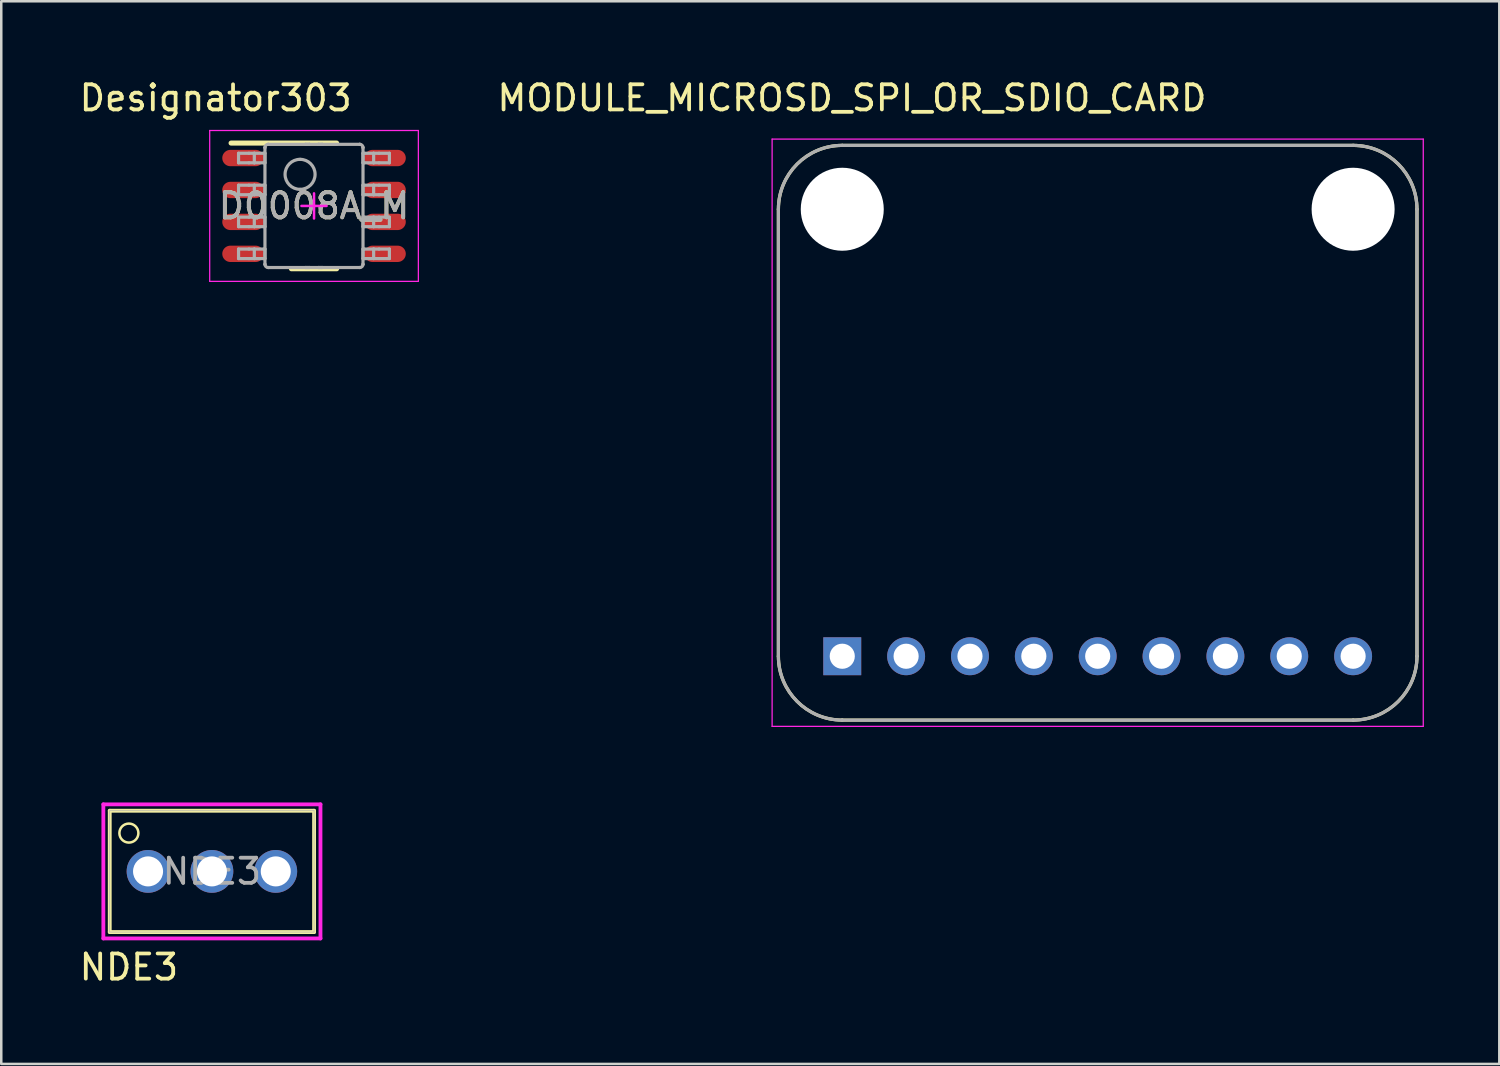
<source format=kicad_pcb>
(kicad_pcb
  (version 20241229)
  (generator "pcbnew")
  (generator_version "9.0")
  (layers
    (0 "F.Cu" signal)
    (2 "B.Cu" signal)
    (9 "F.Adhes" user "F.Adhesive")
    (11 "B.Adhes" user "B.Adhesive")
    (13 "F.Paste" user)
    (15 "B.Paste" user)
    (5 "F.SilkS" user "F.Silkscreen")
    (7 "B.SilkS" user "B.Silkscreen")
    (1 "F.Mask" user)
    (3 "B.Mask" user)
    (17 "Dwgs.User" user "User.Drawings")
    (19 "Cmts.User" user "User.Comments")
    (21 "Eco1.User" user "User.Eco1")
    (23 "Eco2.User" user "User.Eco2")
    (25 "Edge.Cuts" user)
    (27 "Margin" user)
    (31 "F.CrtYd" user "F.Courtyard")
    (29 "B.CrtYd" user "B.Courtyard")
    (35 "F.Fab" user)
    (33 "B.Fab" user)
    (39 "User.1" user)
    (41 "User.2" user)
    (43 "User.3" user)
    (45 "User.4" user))
  (footprint "D0008A_M"
    (layer "F.Cu")
    (at 9.441 5.141)
    (property "Reference" "D0008A_M" (at 0 0 0) (unlocked yes) (layer "F.SilkS") (effects (font (size 1 1) (thickness 0.15))))
    (attr smd)
    (fp_line (start -3.3 -2.5) (end 0.9 -2.5) (stroke (width 0.2) (type solid)) (layer "F.SilkS"))
    (fp_line (start -0.9 2.5) (end 0.9 2.5) (stroke (width 0.2) (type solid)) (layer "F.SilkS"))
    (fp_line (start -4.15 -3) (end 4.15 -3) (stroke (width 0.05) (type solid)) (layer "F.CrtYd"))
    (fp_line (start -4.15 3) (end -4.15 -3) (stroke (width 0.05) (type solid)) (layer "F.CrtYd"))
    (fp_line (start -4.15 3) (end 4.15 3) (stroke (width 0.05) (type solid)) (layer "F.CrtYd"))
    (fp_line (start -0.5 0) (end 0.5 0) (stroke (width 0.1) (type solid)) (layer "F.CrtYd"))
    (fp_line (start 0 0.5) (end 0 -0.5) (stroke (width 0.1) (type solid)) (layer "F.CrtYd"))
    (fp_line (start 4.15 3) (end 4.15 -3) (stroke (width 0.05) (type solid)) (layer "F.CrtYd"))
    (fp_line (start -3.002 -2.095) (end -2.589 -2.095) (stroke (width 0.127) (type solid)) (layer "F.Fab"))
    (fp_line (start -3.002 -1.715) (end -3.002 -2.095) (stroke (width 0.127) (type solid)) (layer "F.Fab"))
    (fp_line (start -3.002 -1.715) (end -2.589 -1.715) (stroke (width 0.127) (type solid)) (layer "F.Fab"))
    (fp_line (start -3.002 -0.825) (end -2.589 -0.825) (stroke (width 0.127) (type solid)) (layer "F.Fab"))
    (fp_line (start -3.002 -0.445) (end -3.002 -0.825) (stroke (width 0.127) (type solid)) (layer "F.Fab"))
    (fp_line (start -3.002 -0.445) (end -2.589 -0.445) (stroke (width 0.127) (type solid)) (layer "F.Fab"))
    (fp_line (start -3.002 0.445) (end -2.589 0.445) (stroke (width 0.127) (type solid)) (layer "F.Fab"))
    (fp_line (start -3.002 0.825) (end -3.002 0.445) (stroke (width 0.127) (type solid)) (layer "F.Fab"))
    (fp_line (start -3.002 0.825) (end -2.589 0.825) (stroke (width 0.127) (type solid)) (layer "F.Fab"))
    (fp_line (start -3.002 1.715) (end -2.589 1.715) (stroke (width 0.127) (type solid)) (layer "F.Fab"))
    (fp_line (start -3.002 2.095) (end -3.002 1.715) (stroke (width 0.127) (type solid)) (layer "F.Fab"))
    (fp_line (start -3.002 2.095) (end -2.589 2.095) (stroke (width 0.127) (type solid)) (layer "F.Fab"))
    (fp_line (start -2.589 -2.095) (end -2.375 -2.095) (stroke (width 0.127) (type solid)) (layer "F.Fab"))
    (fp_line (start -2.589 -1.715) (end -2.375 -1.715) (stroke (width 0.127) (type solid)) (layer "F.Fab"))
    (fp_line (start -2.589 -0.825) (end -2.375 -0.825) (stroke (width 0.127) (type solid)) (layer "F.Fab"))
    (fp_line (start -2.589 -0.445) (end -2.375 -0.445) (stroke (width 0.127) (type solid)) (layer "F.Fab"))
    (fp_line (start -2.589 0.445) (end -2.375 0.445) (stroke (width 0.127) (type solid)) (layer "F.Fab"))
    (fp_line (start -2.589 0.825) (end -2.375 0.825) (stroke (width 0.127) (type solid)) (layer "F.Fab"))
    (fp_line (start -2.589 1.715) (end -2.375 1.715) (stroke (width 0.127) (type solid)) (layer "F.Fab"))
    (fp_line (start -2.589 2.095) (end -2.375 2.095) (stroke (width 0.127) (type solid)) (layer "F.Fab"))
    (fp_line (start -2.375 -2.095) (end -1.995 -2.095) (stroke (width 0.127) (type solid)) (layer "F.Fab"))
    (fp_line (start -2.375 -1.715) (end -2.375 -2.095) (stroke (width 0.127) (type solid)) (layer "F.Fab"))
    (fp_line (start -2.375 -1.715) (end -1.995 -1.715) (stroke (width 0.127) (type solid)) (layer "F.Fab"))
    (fp_line (start -2.375 -0.825) (end -1.995 -0.825) (stroke (width 0.127) (type solid)) (layer "F.Fab"))
    (fp_line (start -2.375 -0.445) (end -2.375 -0.825) (stroke (width 0.127) (type solid)) (layer "F.Fab"))
    (fp_line (start -2.375 -0.445) (end -1.995 -0.445) (stroke (width 0.127) (type solid)) (layer "F.Fab"))
    (fp_line (start -2.375 0.445) (end -1.995 0.445) (stroke (width 0.127) (type solid)) (layer "F.Fab"))
    (fp_line (start -2.375 0.825) (end -2.375 0.445) (stroke (width 0.127) (type solid)) (layer "F.Fab"))
    (fp_line (start -2.375 0.825) (end -1.995 0.825) (stroke (width 0.127) (type solid)) (layer "F.Fab"))
    (fp_line (start -2.375 1.715) (end -1.995 1.715) (stroke (width 0.127) (type solid)) (layer "F.Fab"))
    (fp_line (start -2.375 2.095) (end -2.375 1.715) (stroke (width 0.127) (type solid)) (layer "F.Fab"))
    (fp_line (start -2.375 2.095) (end -1.995 2.095) (stroke (width 0.127) (type solid)) (layer "F.Fab"))
    (fp_line (start -1.995 -2.095) (end -1.952 -2.095) (stroke (width 0.127) (type solid)) (layer "F.Fab"))
    (fp_line (start -1.995 -1.715) (end -1.952 -1.715) (stroke (width 0.127) (type solid)) (layer "F.Fab"))
    (fp_line (start -1.995 -0.825) (end -1.952 -0.825) (stroke (width 0.127) (type solid)) (layer "F.Fab"))
    (fp_line (start -1.995 -0.445) (end -1.952 -0.445) (stroke (width 0.127) (type solid)) (layer "F.Fab"))
    (fp_line (start -1.995 0.445) (end -1.952 0.445) (stroke (width 0.127) (type solid)) (layer "F.Fab"))
    (fp_line (start -1.995 0.825) (end -1.952 0.825) (stroke (width 0.127) (type solid)) (layer "F.Fab"))
    (fp_line (start -1.995 1.715) (end -1.952 1.715) (stroke (width 0.127) (type solid)) (layer "F.Fab"))
    (fp_line (start -1.995 2.095) (end -1.952 2.095) (stroke (width 0.127) (type solid)) (layer "F.Fab"))
    (fp_line (start -1.952 -2.323) (end -1.952 -2.324) (stroke (width 0.127) (type solid)) (layer "F.Fab"))
    (fp_line (start -1.952 -1.715) (end -1.952 -2.095) (stroke (width 0.127) (type solid)) (layer "F.Fab"))
    (fp_line (start -1.952 -0.445) (end -1.952 -0.825) (stroke (width 0.127) (type solid)) (layer "F.Fab"))
    (fp_line (start -1.952 0.825) (end -1.952 0.445) (stroke (width 0.127) (type solid)) (layer "F.Fab"))
    (fp_line (start -1.952 2.095) (end -1.952 1.715) (stroke (width 0.127) (type solid)) (layer "F.Fab"))
    (fp_line (start -1.952 2.323) (end -1.952 -2.323) (stroke (width 0.127) (type solid)) (layer "F.Fab"))
    (fp_line (start -1.952 2.324) (end -1.952 2.323) (stroke (width 0.127) (type solid)) (layer "F.Fab"))
    (fp_line (start -1.826 -2.45) (end -1.825 -2.45) (stroke (width 0.127) (type solid)) (layer "F.Fab"))
    (fp_line (start -1.826 2.45) (end -1.825 2.45) (stroke (width 0.127) (type solid)) (layer "F.Fab"))
    (fp_line (start -1.825 -2.45) (end -0.332 -2.45) (stroke (width 0.127) (type solid)) (layer "F.Fab"))
    (fp_line (start -1.825 2.45) (end -0.332 2.45) (stroke (width 0.127) (type solid)) (layer "F.Fab"))
    (fp_line (start -0.332 -2.45) (end -0.182 -2.45) (stroke (width 0.127) (type solid)) (layer "F.Fab"))
    (fp_line (start -0.332 -2.45) (end -0.182 -2.45) (stroke (width 0.127) (type solid)) (layer "F.Fab"))
    (fp_line (start -0.332 2.45) (end -0.182 2.45) (stroke (width 0.127) (type solid)) (layer "F.Fab"))
    (fp_line (start -0.332 2.45) (end -0.182 2.45) (stroke (width 0.127) (type solid)) (layer "F.Fab"))
    (fp_line (start -0.182 -2.45) (end 0.178 -2.45) (stroke (width 0.127) (type solid)) (layer "F.Fab"))
    (fp_line (start -0.182 2.45) (end 0.178 2.45) (stroke (width 0.127) (type solid)) (layer "F.Fab"))
    (fp_line (start 0.178 -2.45) (end 0.328 -2.45) (stroke (width 0.127) (type solid)) (layer "F.Fab"))
    (fp_line (start 0.178 -2.45) (end 0.328 -2.45) (stroke (width 0.127) (type solid)) (layer "F.Fab"))
    (fp_line (start 0.178 2.45) (end 0.328 2.45) (stroke (width 0.127) (type solid)) (layer "F.Fab"))
    (fp_line (start 0.178 2.45) (end 0.328 2.45) (stroke (width 0.127) (type solid)) (layer "F.Fab"))
    (fp_line (start 0.328 -2.45) (end 1.821 -2.45) (stroke (width 0.127) (type solid)) (layer "F.Fab"))
    (fp_line (start 0.328 2.45) (end 1.821 2.45) (stroke (width 0.127) (type solid)) (layer "F.Fab"))
    (fp_line (start 1.821 -2.45) (end 1.822 -2.45) (stroke (width 0.127) (type solid)) (layer "F.Fab"))
    (fp_line (start 1.821 2.45) (end 1.822 2.45) (stroke (width 0.127) (type solid)) (layer "F.Fab"))
    (fp_line (start 1.948 -2.323) (end 1.948 -2.324) (stroke (width 0.127) (type solid)) (layer "F.Fab"))
    (fp_line (start 1.948 -2.095) (end 1.991 -2.095) (stroke (width 0.127) (type solid)) (layer "F.Fab"))
    (fp_line (start 1.948 -1.715) (end 1.948 -2.095) (stroke (width 0.127) (type solid)) (layer "F.Fab"))
    (fp_line (start 1.948 -1.715) (end 1.991 -1.715) (stroke (width 0.127) (type solid)) (layer "F.Fab"))
    (fp_line (start 1.948 -0.825) (end 1.991 -0.825) (stroke (width 0.127) (type solid)) (layer "F.Fab"))
    (fp_line (start 1.948 -0.445) (end 1.948 -0.825) (stroke (width 0.127) (type solid)) (layer "F.Fab"))
    (fp_line (start 1.948 -0.445) (end 1.991 -0.445) (stroke (width 0.127) (type solid)) (layer "F.Fab"))
    (fp_line (start 1.948 0.445) (end 1.991 0.445) (stroke (width 0.127) (type solid)) (layer "F.Fab"))
    (fp_line (start 1.948 0.825) (end 1.948 0.445) (stroke (width 0.127) (type solid)) (layer "F.Fab"))
    (fp_line (start 1.948 0.825) (end 1.991 0.825) (stroke (width 0.127) (type solid)) (layer "F.Fab"))
    (fp_line (start 1.948 1.715) (end 1.991 1.715) (stroke (width 0.127) (type solid)) (layer "F.Fab"))
    (fp_line (start 1.948 2.095) (end 1.948 1.715) (stroke (width 0.127) (type solid)) (layer "F.Fab"))
    (fp_line (start 1.948 2.095) (end 1.991 2.095) (stroke (width 0.127) (type solid)) (layer "F.Fab"))
    (fp_line (start 1.948 2.323) (end 1.948 -2.323) (stroke (width 0.127) (type solid)) (layer "F.Fab"))
    (fp_line (start 1.948 2.324) (end 1.948 2.323) (stroke (width 0.127) (type solid)) (layer "F.Fab"))
    (fp_line (start 1.991 -2.095) (end 2.371 -2.095) (stroke (width 0.127) (type solid)) (layer "F.Fab"))
    (fp_line (start 1.991 -1.715) (end 2.371 -1.715) (stroke (width 0.127) (type solid)) (layer "F.Fab"))
    (fp_line (start 1.991 -0.825) (end 2.371 -0.825) (stroke (width 0.127) (type solid)) (layer "F.Fab"))
    (fp_line (start 1.991 -0.445) (end 2.371 -0.445) (stroke (width 0.127) (type solid)) (layer "F.Fab"))
    (fp_line (start 1.991 0.445) (end 2.371 0.445) (stroke (width 0.127) (type solid)) (layer "F.Fab"))
    (fp_line (start 1.991 0.825) (end 2.371 0.825) (stroke (width 0.127) (type solid)) (layer "F.Fab"))
    (fp_line (start 1.991 1.715) (end 2.371 1.715) (stroke (width 0.127) (type solid)) (layer "F.Fab"))
    (fp_line (start 1.991 2.095) (end 2.371 2.095) (stroke (width 0.127) (type solid)) (layer "F.Fab"))
    (fp_line (start 2.371 -2.095) (end 2.585 -2.095) (stroke (width 0.127) (type solid)) (layer "F.Fab"))
    (fp_line (start 2.371 -1.715) (end 2.371 -2.095) (stroke (width 0.127) (type solid)) (layer "F.Fab"))
    (fp_line (start 2.371 -1.715) (end 2.585 -1.715) (stroke (width 0.127) (type solid)) (layer "F.Fab"))
    (fp_line (start 2.371 -0.825) (end 2.585 -0.825) (stroke (width 0.127) (type solid)) (layer "F.Fab"))
    (fp_line (start 2.371 -0.445) (end 2.371 -0.825) (stroke (width 0.127) (type solid)) (layer "F.Fab"))
    (fp_line (start 2.371 -0.445) (end 2.585 -0.445) (stroke (width 0.127) (type solid)) (layer "F.Fab"))
    (fp_line (start 2.371 0.445) (end 2.585 0.445) (stroke (width 0.127) (type solid)) (layer "F.Fab"))
    (fp_line (start 2.371 0.825) (end 2.371 0.445) (stroke (width 0.127) (type solid)) (layer "F.Fab"))
    (fp_line (start 2.371 0.825) (end 2.585 0.825) (stroke (width 0.127) (type solid)) (layer "F.Fab"))
    (fp_line (start 2.371 1.715) (end 2.585 1.715) (stroke (width 0.127) (type solid)) (layer "F.Fab"))
    (fp_line (start 2.371 2.095) (end 2.371 1.715) (stroke (width 0.127) (type solid)) (layer "F.Fab"))
    (fp_line (start 2.371 2.095) (end 2.585 2.095) (stroke (width 0.127) (type solid)) (layer "F.Fab"))
    (fp_line (start 2.585 -2.095) (end 2.998 -2.095) (stroke (width 0.127) (type solid)) (layer "F.Fab"))
    (fp_line (start 2.585 -1.715) (end 2.998 -1.715) (stroke (width 0.127) (type solid)) (layer "F.Fab"))
    (fp_line (start 2.585 -0.825) (end 2.998 -0.825) (stroke (width 0.127) (type solid)) (layer "F.Fab"))
    (fp_line (start 2.585 -0.445) (end 2.998 -0.445) (stroke (width 0.127) (type solid)) (layer "F.Fab"))
    (fp_line (start 2.585 0.445) (end 2.998 0.445) (stroke (width 0.127) (type solid)) (layer "F.Fab"))
    (fp_line (start 2.585 0.825) (end 2.998 0.825) (stroke (width 0.127) (type solid)) (layer "F.Fab"))
    (fp_line (start 2.585 1.715) (end 2.998 1.715) (stroke (width 0.127) (type solid)) (layer "F.Fab"))
    (fp_line (start 2.585 2.095) (end 2.998 2.095) (stroke (width 0.127) (type solid)) (layer "F.Fab"))
    (fp_line (start 2.998 -1.715) (end 2.998 -2.095) (stroke (width 0.127) (type solid)) (layer "F.Fab"))
    (fp_line (start 2.998 -0.445) (end 2.998 -0.825) (stroke (width 0.127) (type solid)) (layer "F.Fab"))
    (fp_line (start 2.998 0.825) (end 2.998 0.445) (stroke (width 0.127) (type solid)) (layer "F.Fab"))
    (fp_line (start 2.998 2.095) (end 2.998 1.715) (stroke (width 0.127) (type solid)) (layer "F.Fab"))
    (fp_arc (start -1.952002 -2.323941) (mid -1.914806 -2.412806) (end -1.825941 -2.450002) (stroke (width 0.127) (type solid)) (layer "F.Fab"))
    (fp_arc (start -1.825941 2.449992) (mid -1.914806 2.412795) (end -1.952002 2.323931) (stroke (width 0.127) (type solid)) (layer "F.Fab"))
    (fp_arc (start -0.555 -1.8531) (mid 0.0419 -1.2562) (end -0.555 -0.6593) (stroke (width 0.127) (type solid)) (layer "F.Fab"))
    (fp_arc (start -0.555 -0.6593) (mid -1.1519 -1.2562) (end -0.555 -1.8531) (stroke (width 0.127) (type solid)) (layer "F.Fab"))
    (fp_arc (start 1.821933 -2.450002) (mid 1.910797 -2.412806) (end 1.947994 -2.323941) (stroke (width 0.127) (type solid)) (layer "F.Fab"))
    (fp_arc (start 1.947994 2.323931) (mid 1.910797 2.412795) (end 1.821933 2.449992) (stroke (width 0.127) (type solid)) (layer "F.Fab"))
    (fp_text user "Designator303" (at -3.912 -4.293 0) (unlocked yes) (layer "F.SilkS") (effects (font (size 1 1) (thickness 0.15))))
    (fp_text user "${REFERENCE}" (at 0 0 0) (unlocked yes) (layer "F.Fab") (effects (font (size 1 1) (thickness 0.15))))
    (pad "1" smd oval (at -2.825 -1.905 90) (size 0.65 1.65) (layers "F.Cu" "F.Mask" "F.Paste"))
    (pad "2" smd oval (at -2.825 -0.635 90) (size 0.65 1.65) (layers "F.Cu" "F.Mask" "F.Paste"))
    (pad "3" smd oval (at -2.825 0.635 90) (size 0.65 1.65) (layers "F.Cu" "F.Mask" "F.Paste"))
    (pad "4" smd oval (at -2.825 1.905 90) (size 0.65 1.65) (layers "F.Cu" "F.Mask" "F.Paste"))
    (pad "5" smd oval (at 2.825 1.905 90) (size 0.65 1.65) (layers "F.Cu" "F.Mask" "F.Paste"))
    (pad "6" smd oval (at 2.825 0.635 90) (size 0.65 1.65) (layers "F.Cu" "F.Mask" "F.Paste"))
    (pad "7" smd oval (at 2.825 -0.635 90) (size 0.65 1.65) (layers "F.Cu" "F.Mask" "F.Paste"))
    (pad "8" smd oval (at 2.825 -1.905 90) (size 0.65 1.65) (layers "F.Cu" "F.Mask" "F.Paste")))
  (footprint "NDE3"
    (layer "F.Cu")
    (at 7.919 31.611)
    (property "Reference" "NDE3" (at -5.842 3.81 0) (unlocked yes) (layer "F.SilkS") (effects (font (size 1 1) (thickness 0.15))))
    (attr through_hole)
    (fp_line (start -6.604 -2.413) (end -6.604 2.413) (stroke (width 0.152) (type solid)) (layer "F.SilkS"))
    (fp_line (start -6.604 2.413) (end 1.524 2.413) (stroke (width 0.152) (type solid)) (layer "F.SilkS"))
    (fp_line (start 1.524 -2.413) (end -6.604 -2.413) (stroke (width 0.152) (type solid)) (layer "F.SilkS"))
    (fp_line (start 1.524 2.413) (end 1.524 -2.413) (stroke (width 0.152) (type solid)) (layer "F.SilkS"))
    (fp_circle (center -5.842 -1.524) (end -5.486 -1.397) (stroke (width 0.1) (type default)) (fill no) (layer "F.SilkS"))
    (fp_line (start -6.858 -2.667) (end -6.858 2.667) (stroke (width 0.152) (type solid)) (layer "F.CrtYd"))
    (fp_line (start -6.858 2.667) (end 1.778 2.667) (stroke (width 0.152) (type solid)) (layer "F.CrtYd"))
    (fp_line (start 1.778 -2.667) (end -6.858 -2.667) (stroke (width 0.152) (type solid)) (layer "F.CrtYd"))
    (fp_line (start 1.778 2.667) (end 1.778 -2.667) (stroke (width 0.152) (type solid)) (layer "F.CrtYd"))
    (fp_line (start -6.604 -2.413) (end -6.604 2.413) (stroke (width 0.025) (type solid)) (layer "F.Fab"))
    (fp_line (start -6.604 2.413) (end 1.524 2.413) (stroke (width 0.025) (type solid)) (layer "F.Fab"))
    (fp_line (start 1.524 -2.413) (end -6.604 -2.413) (stroke (width 0.025) (type solid)) (layer "F.Fab"))
    (fp_line (start 1.524 2.413) (end 1.524 -2.413) (stroke (width 0.025) (type solid)) (layer "F.Fab"))
    (fp_text user "${REFERENCE}" (at -2.54 0 0) (unlocked yes) (layer "F.Fab") (effects (font (size 1 1) (thickness 0.15))))
    (pad "1" thru_hole circle (at -5.08 0) (size 1.702 1.702) (drill 1.194) (layers "*.Cu" "*.Mask"))
    (pad "2" thru_hole circle (at -2.54 0) (size 1.702 1.702) (drill 1.194) (layers "*.Cu" "*.Mask"))
    (pad "3" thru_hole circle (at 0 0) (size 1.702 1.702) (drill 1.194) (layers "*.Cu" "*.Mask")))
  (footprint "MODULE_MICROSD_SPI_OR_SDIO_CARD"
    (layer "F.Cu")
    (at 40.612 14.163)
    (property "Reference" "MODULE_MICROSD_SPI_OR_SDIO_CARD" (at -9.775 -13.315 0) (layer "F.SilkS") (effects (font (size 1 1) (thickness 0.15))))
    (attr through_hole)
    (fp_line (start -12.7 8.89) (end -12.7 -8.89) (stroke (width 0.127) (type solid)) (layer "F.SilkS"))
    (fp_line (start -10.16 -11.43) (end 10.16 -11.43) (stroke (width 0.127) (type solid)) (layer "F.SilkS"))
    (fp_line (start 10.16 11.43) (end -10.16 11.43) (stroke (width 0.127) (type solid)) (layer "F.SilkS"))
    (fp_line (start 12.7 -8.89) (end 12.7 8.89) (stroke (width 0.127) (type solid)) (layer "F.SilkS"))
    (fp_arc (start -12.7 -8.89) (mid -11.956051 -10.686051) (end -10.16 -11.43) (stroke (width 0.127) (type solid)) (layer "F.SilkS"))
    (fp_arc (start -10.16 11.43) (mid -11.956051 10.686051) (end -12.7 8.89) (stroke (width 0.127) (type solid)) (layer "F.SilkS"))
    (fp_arc (start 10.16 -11.43) (mid 11.956051 -10.686051) (end 12.7 -8.89) (stroke (width 0.127) (type solid)) (layer "F.SilkS"))
    (fp_arc (start 12.7 8.89) (mid 11.956051 10.686051) (end 10.16 11.43) (stroke (width 0.127) (type solid)) (layer "F.SilkS"))
    (fp_line (start -12.95 -11.68) (end -12.95 11.68) (stroke (width 0.05) (type solid)) (layer "F.CrtYd"))
    (fp_line (start -12.95 11.68) (end 12.95 11.68) (stroke (width 0.05) (type solid)) (layer "F.CrtYd"))
    (fp_line (start 12.95 -11.68) (end -12.95 -11.68) (stroke (width 0.05) (type solid)) (layer "F.CrtYd"))
    (fp_line (start 12.95 11.68) (end 12.95 -11.68) (stroke (width 0.05) (type solid)) (layer "F.CrtYd"))
    (fp_line (start -12.7 8.89) (end -12.7 -8.89) (stroke (width 0.127) (type solid)) (layer "F.Fab"))
    (fp_line (start -10.16 -11.43) (end 10.16 -11.43) (stroke (width 0.127) (type solid)) (layer "F.Fab"))
    (fp_line (start 10.16 11.43) (end -10.16 11.43) (stroke (width 0.127) (type solid)) (layer "F.Fab"))
    (fp_line (start 12.7 -8.89) (end 12.7 8.89) (stroke (width 0.127) (type solid)) (layer "F.Fab"))
    (fp_arc (start -12.7 -8.89) (mid -11.956051 -10.686051) (end -10.16 -11.43) (stroke (width 0.127) (type solid)) (layer "F.Fab"))
    (fp_arc (start -10.16 11.43) (mid -11.956051 10.686051) (end -12.7 8.89) (stroke (width 0.127) (type solid)) (layer "F.Fab"))
    (fp_arc (start 10.16 -11.43) (mid 11.956051 -10.686051) (end 12.7 -8.89) (stroke (width 0.127) (type solid)) (layer "F.Fab"))
    (fp_arc (start 12.7 8.89) (mid 11.956051 10.686051) (end 10.16 11.43) (stroke (width 0.127) (type solid)) (layer "F.Fab"))
    (pad "" np_thru_hole circle (at -10.16 -8.89) (size 3.302 3.302) (drill 3.302) (layers "*.Cu" "*.Mask"))
    (pad "" np_thru_hole circle (at 10.16 -8.89) (size 3.302 3.302) (drill 3.302) (layers "*.Cu" "*.Mask"))
    (pad "1" thru_hole rect (at -10.16 8.89) (size 1.508 1.508) (drill 1) (layers "*.Cu" "*.Mask"))
    (pad "2" thru_hole circle (at -7.62 8.89) (size 1.508 1.508) (drill 1) (layers "*.Cu" "*.Mask"))
    (pad "3" thru_hole circle (at -5.08 8.89) (size 1.508 1.508) (drill 1) (layers "*.Cu" "*.Mask"))
    (pad "4" thru_hole circle (at -2.54 8.89) (size 1.508 1.508) (drill 1) (layers "*.Cu" "*.Mask"))
    (pad "5" thru_hole circle (at 0 8.89) (size 1.508 1.508) (drill 1) (layers "*.Cu" "*.Mask"))
    (pad "6" thru_hole circle (at 2.54 8.89) (size 1.508 1.508) (drill 1) (layers "*.Cu" "*.Mask"))
    (pad "7" thru_hole circle (at 5.08 8.89) (size 1.508 1.508) (drill 1) (layers "*.Cu" "*.Mask"))
    (pad "8" thru_hole circle (at 7.62 8.89) (size 1.508 1.508) (drill 1) (layers "*.Cu" "*.Mask"))
    (pad "9" thru_hole circle (at 10.16 8.89) (size 1.508 1.508) (drill 1) (layers "*.Cu" "*.Mask")))
  (gr_rect
    (start -3 -3)
    (end 56.587 39.27)
    (stroke (width 0.1) (type default))
    (fill no)
    (layer "Edge.Cuts")))
</source>
